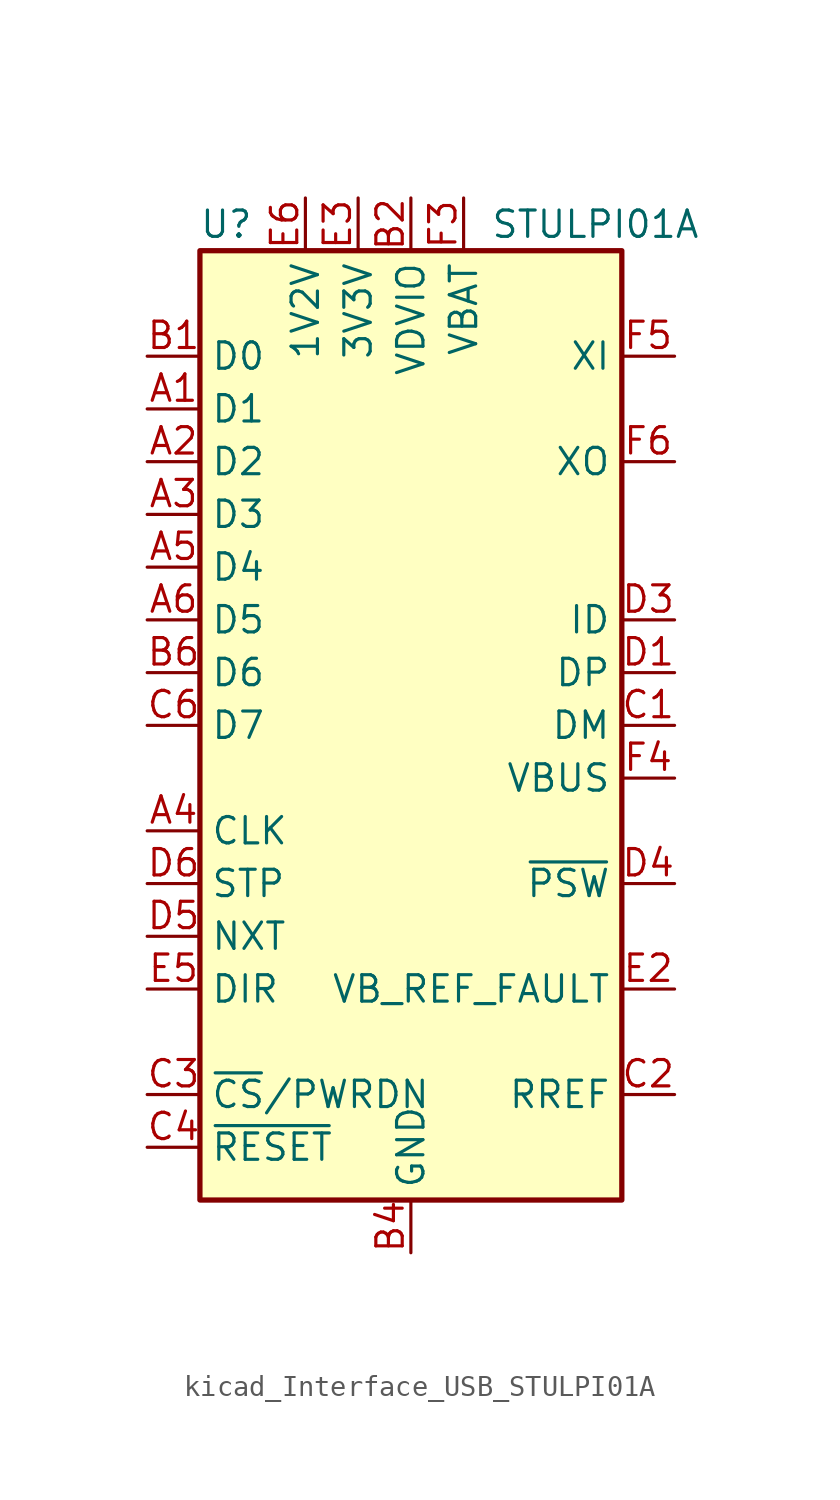
<source format=kicad_sym>
(kicad_symbol_lib
  (version 20220914)
  (generator kicad_symbol_editor)
  (symbol "kicad_Interface_USB_STULPI01A"
    (property "Reference" "U"
      (at -8.89 24.13 0)
      (effects (font (size 1.27 1.27))))
    (property "Value" "STULPI01A"
      (at 8.89 24.13 0)
      (effects (font (size 1.27 1.27))))
    (symbol "kicad_Interface_USB_STULPI01A_0_1"
      (rectangle (start 10.16 -22.86) (end -10.16 22.86) (stroke (width 0.254) (type default)) (fill (type background))))
    (symbol "kicad_Interface_USB_STULPI01A_1_1"
      (pin bidirectional line (at -12.7 15.24 0) (length 2.54) (name "D1" (effects (font (size 1.27 1.27)))) (number "A1" (effects (font (size 1.27 1.27)))))
      (pin bidirectional line (at -12.7 12.7 0) (length 2.54) (name "D2" (effects (font (size 1.27 1.27)))) (number "A2" (effects (font (size 1.27 1.27)))))
      (pin bidirectional line (at -12.7 10.16 0) (length 2.54) (name "D3" (effects (font (size 1.27 1.27)))) (number "A3" (effects (font (size 1.27 1.27)))))
      (pin output line (at -12.7 -5.08 0) (length 2.54) (name "CLK" (effects (font (size 1.27 1.27)))) (number "A4" (effects (font (size 1.27 1.27)))))
      (pin bidirectional line (at -12.7 7.62 0) (length 2.54) (name "D4" (effects (font (size 1.27 1.27)))) (number "A5" (effects (font (size 1.27 1.27)))))
      (pin bidirectional line (at -12.7 5.08 0) (length 2.54) (name "D5" (effects (font (size 1.27 1.27)))) (number "A6" (effects (font (size 1.27 1.27)))))
      (pin bidirectional line (at -12.7 17.78 0) (length 2.54) (name "D0" (effects (font (size 1.27 1.27)))) (number "B1" (effects (font (size 1.27 1.27)))))
      (pin power_in line (at 0 25.4 270) (length 2.54) (name "VDVIO" (effects (font (size 1.27 1.27)))) (number "B2" (effects (font (size 1.27 1.27)))))
      (pin passive line (at 0 25.4 270) (length 2.54) hide (name "VDVIO" (effects (font (size 1.27 1.27)))) (number "B3" (effects (font (size 1.27 1.27)))))
      (pin power_in line (at 0 -25.4 90) (length 2.54) (name "GND" (effects (font (size 1.27 1.27)))) (number "B4" (effects (font (size 1.27 1.27)))))
      (pin passive line (at 0 25.4 270) (length 2.54) hide (name "VDVIO" (effects (font (size 1.27 1.27)))) (number "B5" (effects (font (size 1.27 1.27)))))
      (pin bidirectional line (at -12.7 2.54 0) (length 2.54) (name "D6" (effects (font (size 1.27 1.27)))) (number "B6" (effects (font (size 1.27 1.27)))))
      (pin bidirectional line (at 12.7 0 180) (length 2.54) (name "DM" (effects (font (size 1.27 1.27)))) (number "C1" (effects (font (size 1.27 1.27)))))
      (pin passive line (at 12.7 -17.78 180) (length 2.54) (name "RREF" (effects (font (size 1.27 1.27)))) (number "C2" (effects (font (size 1.27 1.27)))))
      (pin input line (at -12.7 -17.78 0) (length 2.54) (name "~{CS}/PWRDN" (effects (font (size 1.27 1.27)))) (number "C3" (effects (font (size 1.27 1.27)))))
      (pin input line (at -12.7 -20.32 0) (length 2.54) (name "~{RESET}" (effects (font (size 1.27 1.27)))) (number "C4" (effects (font (size 1.27 1.27)))))
      (pin passive line (at 0 -25.4 90) (length 2.54) hide (name "GND" (effects (font (size 1.27 1.27)))) (number "C5" (effects (font (size 1.27 1.27)))))
      (pin bidirectional line (at -12.7 0 0) (length 2.54) (name "D7" (effects (font (size 1.27 1.27)))) (number "C6" (effects (font (size 1.27 1.27)))))
      (pin bidirectional line (at 12.7 2.54 180) (length 2.54) (name "DP" (effects (font (size 1.27 1.27)))) (number "D1" (effects (font (size 1.27 1.27)))))
      (pin passive line (at 0 -25.4 90) (length 2.54) hide (name "GND" (effects (font (size 1.27 1.27)))) (number "D2" (effects (font (size 1.27 1.27)))))
      (pin input line (at 12.7 5.08 180) (length 2.54) (name "ID" (effects (font (size 1.27 1.27)))) (number "D3" (effects (font (size 1.27 1.27)))))
      (pin output line (at 12.7 -7.62 180) (length 2.54) (name "~{PSW}" (effects (font (size 1.27 1.27)))) (number "D4" (effects (font (size 1.27 1.27)))))
      (pin output line (at -12.7 -10.16 0) (length 2.54) (name "NXT" (effects (font (size 1.27 1.27)))) (number "D5" (effects (font (size 1.27 1.27)))))
      (pin input line (at -12.7 -7.62 0) (length 2.54) (name "STP" (effects (font (size 1.27 1.27)))) (number "D6" (effects (font (size 1.27 1.27)))))
      (pin passive line (at 0 -25.4 90) (length 2.54) hide (name "GND" (effects (font (size 1.27 1.27)))) (number "E1" (effects (font (size 1.27 1.27)))))
      (pin input line (at 12.7 -12.7 180) (length 2.54) (name "VB_REF_FAULT" (effects (font (size 1.27 1.27)))) (number "E2" (effects (font (size 1.27 1.27)))))
      (pin passive line (at -2.54 25.4 270) (length 2.54) (name "3V3V" (effects (font (size 1.27 1.27)))) (number "E3" (effects (font (size 1.27 1.27)))))
      (pin passive line (at 0 -25.4 90) (length 2.54) hide (name "GND" (effects (font (size 1.27 1.27)))) (number "E4" (effects (font (size 1.27 1.27)))))
      (pin output line (at -12.7 -12.7 0) (length 2.54) (name "DIR" (effects (font (size 1.27 1.27)))) (number "E5" (effects (font (size 1.27 1.27)))))
      (pin passive line (at -5.08 25.4 270) (length 2.54) (name "1V2V" (effects (font (size 1.27 1.27)))) (number "E6" (effects (font (size 1.27 1.27)))))
      (pin no_connect line (at -10.16 -2.54 0) (length 2.54) hide (name "NC" (effects (font (size 1.27 1.27)))) (number "F1" (effects (font (size 1.27 1.27)))))
      (pin no_connect line (at -10.16 -15.24 0) (length 2.54) hide (name "NC" (effects (font (size 1.27 1.27)))) (number "F2" (effects (font (size 1.27 1.27)))))
      (pin power_in line (at 2.54 25.4 270) (length 2.54) (name "VBAT" (effects (font (size 1.27 1.27)))) (number "F3" (effects (font (size 1.27 1.27)))))
      (pin bidirectional line (at 12.7 -2.54 180) (length 2.54) (name "VBUS" (effects (font (size 1.27 1.27)))) (number "F4" (effects (font (size 1.27 1.27)))))
      (pin input line (at 12.7 17.78 180) (length 2.54) (name "XI" (effects (font (size 1.27 1.27)))) (number "F5" (effects (font (size 1.27 1.27)))))
      (pin output line (at 12.7 12.7 180) (length 2.54) (name "XO" (effects (font (size 1.27 1.27)))) (number "F6" (effects (font (size 1.27 1.27))))))))
</source>
